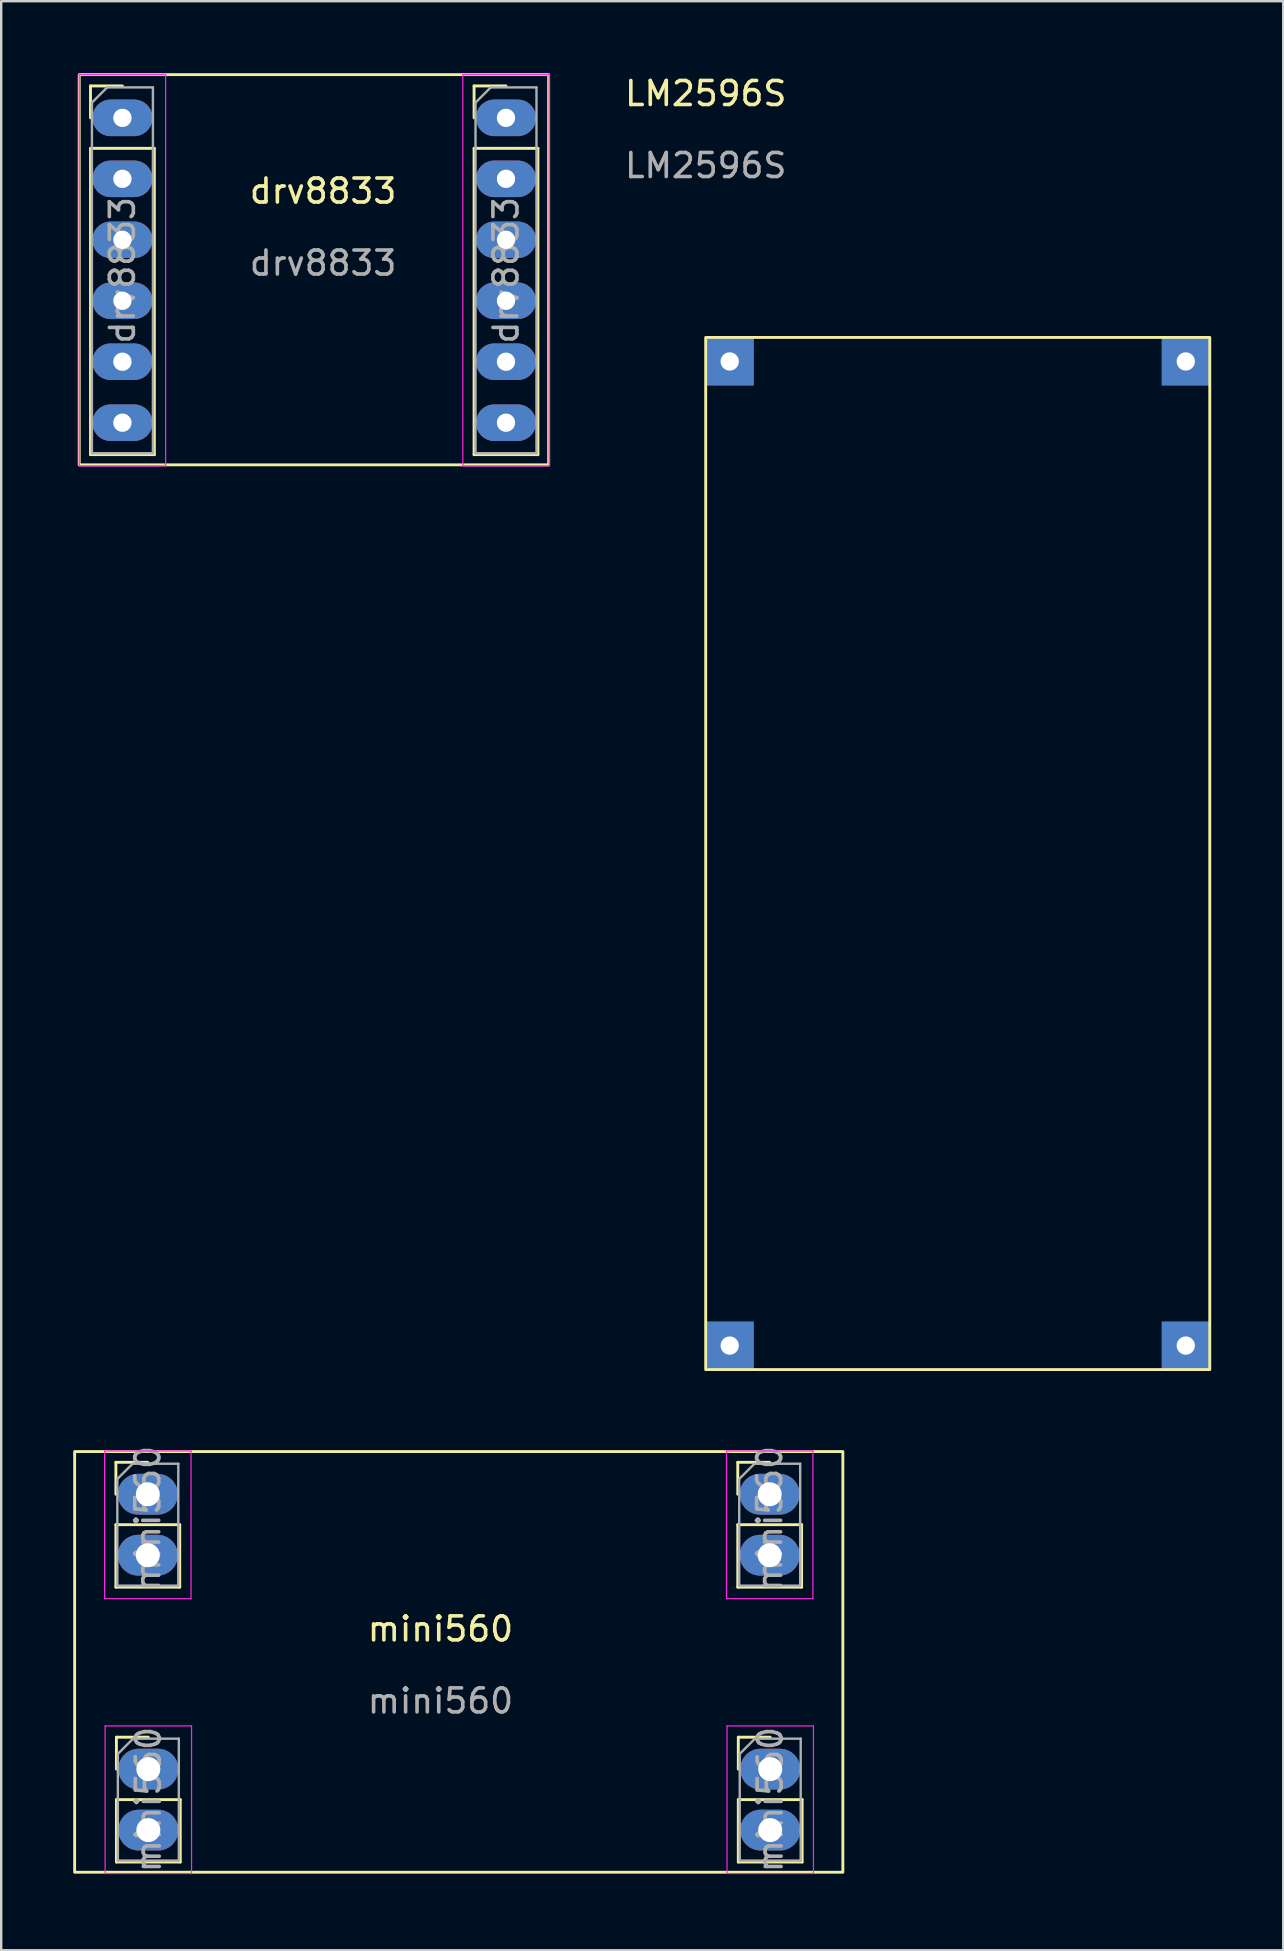
<source format=kicad_pcb>
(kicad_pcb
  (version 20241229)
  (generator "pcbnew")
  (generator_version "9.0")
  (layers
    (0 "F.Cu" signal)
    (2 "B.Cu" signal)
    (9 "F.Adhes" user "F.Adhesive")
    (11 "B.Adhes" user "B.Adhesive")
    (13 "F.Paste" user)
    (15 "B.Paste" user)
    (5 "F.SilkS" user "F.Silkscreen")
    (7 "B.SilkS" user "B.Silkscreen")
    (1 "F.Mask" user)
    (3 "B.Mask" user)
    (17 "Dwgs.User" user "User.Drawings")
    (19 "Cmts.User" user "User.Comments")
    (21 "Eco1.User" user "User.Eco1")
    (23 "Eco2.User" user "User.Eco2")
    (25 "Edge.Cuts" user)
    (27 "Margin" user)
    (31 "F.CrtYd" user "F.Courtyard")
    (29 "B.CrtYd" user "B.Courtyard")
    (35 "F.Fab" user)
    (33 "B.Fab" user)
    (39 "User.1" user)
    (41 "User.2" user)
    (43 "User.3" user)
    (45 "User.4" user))
  (footprint "drv8833"
    (layer "F.Cu")
    (at 0.25 16.57)
    (property "Reference" "drv8833" (at 10.16 -11.66 0) (unlocked yes) (layer "F.SilkS") (effects (font (size 1 1) (thickness 0.15))))
    (attr smd)
    (fp_line (start 0.47 -16.04) (end 1.8 -16.04) (stroke (width 0.12) (type solid)) (layer "F.SilkS"))
    (fp_line (start 0.47 -14.71) (end 0.47 -16.04) (stroke (width 0.12) (type solid)) (layer "F.SilkS"))
    (fp_line (start 0.47 -13.44) (end 0.47 -0.68) (stroke (width 0.12) (type solid)) (layer "F.SilkS"))
    (fp_line (start 0.47 -13.44) (end 3.13 -13.44) (stroke (width 0.12) (type solid)) (layer "F.SilkS"))
    (fp_line (start 0.47 -0.68) (end 3.13 -0.68) (stroke (width 0.12) (type solid)) (layer "F.SilkS"))
    (fp_line (start 3.13 -13.44) (end 3.13 -0.68) (stroke (width 0.12) (type solid)) (layer "F.SilkS"))
    (fp_line (start 16.45 -16.04) (end 17.78 -16.04) (stroke (width 0.12) (type solid)) (layer "F.SilkS"))
    (fp_line (start 16.45 -14.71) (end 16.45 -16.04) (stroke (width 0.12) (type solid)) (layer "F.SilkS"))
    (fp_line (start 16.45 -13.44) (end 16.45 -0.68) (stroke (width 0.12) (type solid)) (layer "F.SilkS"))
    (fp_line (start 16.45 -13.44) (end 19.11 -13.44) (stroke (width 0.12) (type solid)) (layer "F.SilkS"))
    (fp_line (start 16.45 -0.68) (end 19.11 -0.68) (stroke (width 0.12) (type solid)) (layer "F.SilkS"))
    (fp_line (start 19.11 -13.44) (end 19.11 -0.68) (stroke (width 0.12) (type solid)) (layer "F.SilkS"))
    (fp_rect (start 0 -0.254) (end 19.558 -16.51) (stroke (width 0.12) (type solid)) (fill no) (layer "F.SilkS"))
    (fp_line (start 0 -16.51) (end 0 -0.21) (stroke (width 0.05) (type solid)) (layer "F.CrtYd"))
    (fp_line (start 0 -0.21) (end 3.6 -0.21) (stroke (width 0.05) (type solid)) (layer "F.CrtYd"))
    (fp_line (start 3.6 -16.51) (end 0 -16.51) (stroke (width 0.05) (type solid)) (layer "F.CrtYd"))
    (fp_line (start 3.6 -0.21) (end 3.6 -16.51) (stroke (width 0.05) (type solid)) (layer "F.CrtYd"))
    (fp_line (start 15.98 -16.51) (end 15.98 -0.21) (stroke (width 0.05) (type solid)) (layer "F.CrtYd"))
    (fp_line (start 15.98 -0.21) (end 19.58 -0.21) (stroke (width 0.05) (type solid)) (layer "F.CrtYd"))
    (fp_line (start 19.58 -16.51) (end 15.98 -16.51) (stroke (width 0.05) (type solid)) (layer "F.CrtYd"))
    (fp_line (start 19.58 -0.21) (end 19.58 -16.51) (stroke (width 0.05) (type solid)) (layer "F.CrtYd"))
    (fp_line (start 0.53 -15.345) (end 1.165 -15.98) (stroke (width 0.1) (type solid)) (layer "F.Fab"))
    (fp_line (start 0.53 -0.74) (end 0.53 -15.345) (stroke (width 0.1) (type solid)) (layer "F.Fab"))
    (fp_line (start 1.165 -15.98) (end 3.07 -15.98) (stroke (width 0.1) (type solid)) (layer "F.Fab"))
    (fp_line (start 3.07 -15.98) (end 3.07 -0.74) (stroke (width 0.1) (type solid)) (layer "F.Fab"))
    (fp_line (start 3.07 -0.74) (end 0.53 -0.74) (stroke (width 0.1) (type solid)) (layer "F.Fab"))
    (fp_line (start 16.51 -15.345) (end 17.145 -15.98) (stroke (width 0.1) (type solid)) (layer "F.Fab"))
    (fp_line (start 16.51 -0.74) (end 16.51 -15.345) (stroke (width 0.1) (type solid)) (layer "F.Fab"))
    (fp_line (start 17.145 -15.98) (end 19.05 -15.98) (stroke (width 0.1) (type solid)) (layer "F.Fab"))
    (fp_line (start 19.05 -15.98) (end 19.05 -0.74) (stroke (width 0.1) (type solid)) (layer "F.Fab"))
    (fp_line (start 19.05 -0.74) (end 16.51 -0.74) (stroke (width 0.1) (type solid)) (layer "F.Fab"))
    (fp_text user "${REFERENCE}" (at 1.8 -8.36 90) (layer "F.Fab") (effects (font (size 1 1) (thickness 0.15))))
    (fp_text user "${REFERENCE}" (at 10.16 -8.66 0) (unlocked yes) (layer "F.Fab") (effects (font (size 1 1) (thickness 0.15))))
    (fp_text user "${REFERENCE}" (at 17.78 -8.36 90) (layer "F.Fab") (effects (font (size 1 1) (thickness 0.15))))
    (pad "1" thru_hole oval (at 17.78 -2.01) (size 2.5 1.524) (drill 0.762) (layers "*.Cu" "*.Mask"))
    (pad "2" thru_hole oval (at 17.78 -4.55) (size 2.5 1.524) (drill 0.762) (layers "*.Cu" "*.Mask"))
    (pad "3" thru_hole oval (at 17.78 -7.09) (size 2.5 1.524) (drill 0.762) (layers "*.Cu" "*.Mask"))
    (pad "4" thru_hole oval (at 17.78 -9.63) (size 2.5 1.524) (drill 0.762) (layers "*.Cu" "*.Mask"))
    (pad "5" thru_hole oval (at 17.78 -12.17) (size 2.5 1.524) (drill 0.762) (layers "*.Cu" "*.Mask"))
    (pad "6" thru_hole oval (at 17.78 -14.71) (size 2.5 1.524) (drill 0.762) (layers "*.Cu" "*.Mask"))
    (pad "7" thru_hole oval (at 1.8 -14.71) (size 2.5 1.524) (drill 0.762) (layers "*.Cu" "*.Mask"))
    (pad "8" thru_hole oval (at 1.8 -12.17) (size 2.5 1.524) (drill 0.762) (layers "*.Cu" "*.Mask"))
    (pad "9" thru_hole oval (at 1.8 -9.63) (size 2.5 1.524) (drill 0.762) (layers "*.Cu" "*.Mask"))
    (pad "10" thru_hole oval (at 1.8 -7.09) (size 2.5 1.524) (drill 0.762) (layers "*.Cu" "*.Mask"))
    (pad "11" thru_hole oval (at 1.8 -4.55) (size 2.5 1.524) (drill 0.762) (layers "*.Cu" "*.Mask"))
    (pad "12" thru_hole oval (at 1.8 -2.01) (size 2.5 1.524) (drill 0.762) (layers "*.Cu" "*.Mask")))
  (footprint "LM2596S"
    (layer "F.Cu")
    (at 26.35 11.008)
    (property "Reference" "LM2596S" (at 0 -10.16 0) (unlocked yes) (layer "F.SilkS") (effects (font (size 1 1) (thickness 0.15))))
    (attr through_hole)
    (fp_rect (start 0 0) (end 21 43) (stroke (width 0.12) (type solid)) (fill no) (layer "F.SilkS"))
    (fp_text user "${REFERENCE}" (at 0 -7.16 0) (unlocked yes) (layer "F.Fab") (effects (font (size 1 1) (thickness 0.15))))
    (pad "1" thru_hole rect (at 1 1) (size 2 2) (drill 0.762) (layers "*.Cu" "*.Mask"))
    (pad "2" thru_hole rect (at 20 1) (size 2 2) (drill 0.762) (layers "*.Cu" "B.Mask"))
    (pad "3" thru_hole rect (at 1 42) (size 2 2) (drill 0.762) (layers "*.Cu" "B.Mask"))
    (pad "4" thru_hole rect (at 20 42) (size 2 2) (drill 0.762) (layers "*.Cu" "B.Mask")))
  (footprint "mini560"
    (layer "F.Cu")
    (at 1.33 74.949)
    (property "Reference" "mini560" (at 13.97 -10.136 0) (unlocked yes) (layer "F.SilkS") (effects (font (size 1 1) (thickness 0.15))))
    (attr smd)
    (fp_line (start 0.448 -17.078) (end 1.778 -17.078) (stroke (width 0.12) (type solid)) (layer "F.SilkS"))
    (fp_line (start 0.448 -15.748) (end 0.448 -17.078) (stroke (width 0.12) (type solid)) (layer "F.SilkS"))
    (fp_line (start 0.448 -14.478) (end 0.448 -11.878) (stroke (width 0.12) (type solid)) (layer "F.SilkS"))
    (fp_line (start 0.448 -14.478) (end 3.108 -14.478) (stroke (width 0.12) (type solid)) (layer "F.SilkS"))
    (fp_line (start 0.448 -11.878) (end 3.108 -11.878) (stroke (width 0.12) (type solid)) (layer "F.SilkS"))
    (fp_line (start 0.47 -5.626) (end 1.8 -5.626) (stroke (width 0.12) (type solid)) (layer "F.SilkS"))
    (fp_line (start 0.47 -4.296) (end 0.47 -5.626) (stroke (width 0.12) (type solid)) (layer "F.SilkS"))
    (fp_line (start 0.47 -3.026) (end 0.47 -0.426) (stroke (width 0.12) (type solid)) (layer "F.SilkS"))
    (fp_line (start 0.47 -3.026) (end 3.13 -3.026) (stroke (width 0.12) (type solid)) (layer "F.SilkS"))
    (fp_line (start 0.47 -0.426) (end 3.13 -0.426) (stroke (width 0.12) (type solid)) (layer "F.SilkS"))
    (fp_line (start 3.108 -14.478) (end 3.108 -11.878) (stroke (width 0.12) (type solid)) (layer "F.SilkS"))
    (fp_line (start 3.13 -3.026) (end 3.13 -0.426) (stroke (width 0.12) (type solid)) (layer "F.SilkS"))
    (fp_line (start 26.356 -17.078) (end 27.686 -17.078) (stroke (width 0.12) (type solid)) (layer "F.SilkS"))
    (fp_line (start 26.356 -15.748) (end 26.356 -17.078) (stroke (width 0.12) (type solid)) (layer "F.SilkS"))
    (fp_line (start 26.356 -14.478) (end 26.356 -11.878) (stroke (width 0.12) (type solid)) (layer "F.SilkS"))
    (fp_line (start 26.356 -14.478) (end 29.016 -14.478) (stroke (width 0.12) (type solid)) (layer "F.SilkS"))
    (fp_line (start 26.356 -11.878) (end 29.016 -11.878) (stroke (width 0.12) (type solid)) (layer "F.SilkS"))
    (fp_line (start 26.378 -5.626) (end 27.708 -5.626) (stroke (width 0.12) (type solid)) (layer "F.SilkS"))
    (fp_line (start 26.378 -4.296) (end 26.378 -5.626) (stroke (width 0.12) (type solid)) (layer "F.SilkS"))
    (fp_line (start 26.378 -3.026) (end 26.378 -0.426) (stroke (width 0.12) (type solid)) (layer "F.SilkS"))
    (fp_line (start 26.378 -3.026) (end 29.038 -3.026) (stroke (width 0.12) (type solid)) (layer "F.SilkS"))
    (fp_line (start 26.378 -0.426) (end 29.038 -0.426) (stroke (width 0.12) (type solid)) (layer "F.SilkS"))
    (fp_line (start 29.016 -14.478) (end 29.016 -11.878) (stroke (width 0.12) (type solid)) (layer "F.SilkS"))
    (fp_line (start 29.038 -3.026) (end 29.038 -0.426) (stroke (width 0.12) (type solid)) (layer "F.SilkS"))
    (fp_rect (start -1.27 0) (end 30.734 -17.526) (stroke (width 0.12) (type solid)) (fill no) (layer "F.SilkS"))
    (fp_line (start -0.022 -17.548) (end -0.022 -11.398) (stroke (width 0.05) (type solid)) (layer "F.CrtYd"))
    (fp_line (start -0.022 -11.398) (end 3.578 -11.398) (stroke (width 0.05) (type solid)) (layer "F.CrtYd"))
    (fp_line (start 0 -6.096) (end 0 0.054) (stroke (width 0.05) (type solid)) (layer "F.CrtYd"))
    (fp_line (start 0 0.054) (end 3.6 0.054) (stroke (width 0.05) (type solid)) (layer "F.CrtYd"))
    (fp_line (start 3.578 -17.548) (end -0.022 -17.548) (stroke (width 0.05) (type solid)) (layer "F.CrtYd"))
    (fp_line (start 3.578 -11.398) (end 3.578 -17.548) (stroke (width 0.05) (type solid)) (layer "F.CrtYd"))
    (fp_line (start 3.6 -6.096) (end 0 -6.096) (stroke (width 0.05) (type solid)) (layer "F.CrtYd"))
    (fp_line (start 3.6 0.054) (end 3.6 -6.096) (stroke (width 0.05) (type solid)) (layer "F.CrtYd"))
    (fp_line (start 25.886 -17.548) (end 25.886 -11.398) (stroke (width 0.05) (type solid)) (layer "F.CrtYd"))
    (fp_line (start 25.886 -11.398) (end 29.486 -11.398) (stroke (width 0.05) (type solid)) (layer "F.CrtYd"))
    (fp_line (start 25.908 -6.096) (end 25.908 0.054) (stroke (width 0.05) (type solid)) (layer "F.CrtYd"))
    (fp_line (start 25.908 0.054) (end 29.508 0.054) (stroke (width 0.05) (type solid)) (layer "F.CrtYd"))
    (fp_line (start 29.486 -17.548) (end 25.886 -17.548) (stroke (width 0.05) (type solid)) (layer "F.CrtYd"))
    (fp_line (start 29.486 -11.398) (end 29.486 -17.548) (stroke (width 0.05) (type solid)) (layer "F.CrtYd"))
    (fp_line (start 29.508 -6.096) (end 25.908 -6.096) (stroke (width 0.05) (type solid)) (layer "F.CrtYd"))
    (fp_line (start 29.508 0.054) (end 29.508 -6.096) (stroke (width 0.05) (type solid)) (layer "F.CrtYd"))
    (fp_line (start 0.508 -16.383) (end 1.143 -17.018) (stroke (width 0.1) (type solid)) (layer "F.Fab"))
    (fp_line (start 0.508 -11.938) (end 0.508 -16.383) (stroke (width 0.1) (type solid)) (layer "F.Fab"))
    (fp_line (start 0.53 -4.931) (end 1.165 -5.566) (stroke (width 0.1) (type solid)) (layer "F.Fab"))
    (fp_line (start 0.53 -0.486) (end 0.53 -4.931) (stroke (width 0.1) (type solid)) (layer "F.Fab"))
    (fp_line (start 1.143 -17.018) (end 3.048 -17.018) (stroke (width 0.1) (type solid)) (layer "F.Fab"))
    (fp_line (start 1.165 -5.566) (end 3.07 -5.566) (stroke (width 0.1) (type solid)) (layer "F.Fab"))
    (fp_line (start 3.048 -17.018) (end 3.048 -11.938) (stroke (width 0.1) (type solid)) (layer "F.Fab"))
    (fp_line (start 3.048 -11.938) (end 0.508 -11.938) (stroke (width 0.1) (type solid)) (layer "F.Fab"))
    (fp_line (start 3.07 -5.566) (end 3.07 -0.486) (stroke (width 0.1) (type solid)) (layer "F.Fab"))
    (fp_line (start 3.07 -0.486) (end 0.53 -0.486) (stroke (width 0.1) (type solid)) (layer "F.Fab"))
    (fp_line (start 26.416 -16.383) (end 27.051 -17.018) (stroke (width 0.1) (type solid)) (layer "F.Fab"))
    (fp_line (start 26.416 -11.938) (end 26.416 -16.383) (stroke (width 0.1) (type solid)) (layer "F.Fab"))
    (fp_line (start 26.438 -4.931) (end 27.073 -5.566) (stroke (width 0.1) (type solid)) (layer "F.Fab"))
    (fp_line (start 26.438 -0.486) (end 26.438 -4.931) (stroke (width 0.1) (type solid)) (layer "F.Fab"))
    (fp_line (start 27.051 -17.018) (end 28.956 -17.018) (stroke (width 0.1) (type solid)) (layer "F.Fab"))
    (fp_line (start 27.073 -5.566) (end 28.978 -5.566) (stroke (width 0.1) (type solid)) (layer "F.Fab"))
    (fp_line (start 28.956 -17.018) (end 28.956 -11.938) (stroke (width 0.1) (type solid)) (layer "F.Fab"))
    (fp_line (start 28.956 -11.938) (end 26.416 -11.938) (stroke (width 0.1) (type solid)) (layer "F.Fab"))
    (fp_line (start 28.978 -5.566) (end 28.978 -0.486) (stroke (width 0.1) (type solid)) (layer "F.Fab"))
    (fp_line (start 28.978 -0.486) (end 26.438 -0.486) (stroke (width 0.1) (type solid)) (layer "F.Fab"))
    (fp_text user "${REFERENCE}" (at 13.97 -7.136 0) (unlocked yes) (layer "F.Fab") (effects (font (size 1 1) (thickness 0.15))))
    (fp_text user "${REFERENCE}" (at 27.686 -14.732 90) (layer "F.Fab") (effects (font (size 1 1) (thickness 0.15))))
    (fp_text user "${REFERENCE}" (at 27.708 -3.026 90) (layer "F.Fab") (effects (font (size 1 1) (thickness 0.15))))
    (fp_text user "${REFERENCE}" (at 1.8 -3.026 90) (layer "F.Fab") (effects (font (size 1 1) (thickness 0.15))))
    (fp_text user "${REFERENCE}" (at 1.778 -14.732 90) (layer "F.Fab") (effects (font (size 1 1) (thickness 0.15))))
    (pad "1" thru_hole oval (at 27.686 -15.748) (size 2.5 1.7) (drill 1) (layers "*.Cu" "*.Mask"))
    (pad "1" thru_hole oval (at 27.686 -13.208) (size 2.5 1.7) (drill 1) (layers "*.Cu" "*.Mask"))
    (pad "2" thru_hole oval (at 27.708 -4.296) (size 2.5 1.7) (drill 1) (layers "*.Cu" "*.Mask"))
    (pad "2" thru_hole oval (at 27.708 -1.756) (size 2.5 1.7) (drill 1) (layers "*.Cu" "*.Mask"))
    (pad "3" thru_hole oval (at 1.778 -15.748) (size 2.5 1.7) (drill 1) (layers "*.Cu" "*.Mask"))
    (pad "3" thru_hole oval (at 1.778 -13.208) (size 2.5 1.7) (drill 1) (layers "*.Cu" "*.Mask"))
    (pad "4" thru_hole oval (at 1.8 -4.296) (size 2.5 1.7) (drill 1) (layers "*.Cu" "*.Mask"))
    (pad "4" thru_hole oval (at 1.8 -1.756) (size 2.5 1.7) (drill 1) (layers "*.Cu" "*.Mask")))
  (gr_rect
    (start -3 -3)
    (end 50.41 78.199)
    (stroke (width 0.1) (type default))
    (fill no)
    (layer "Edge.Cuts")))
</source>
